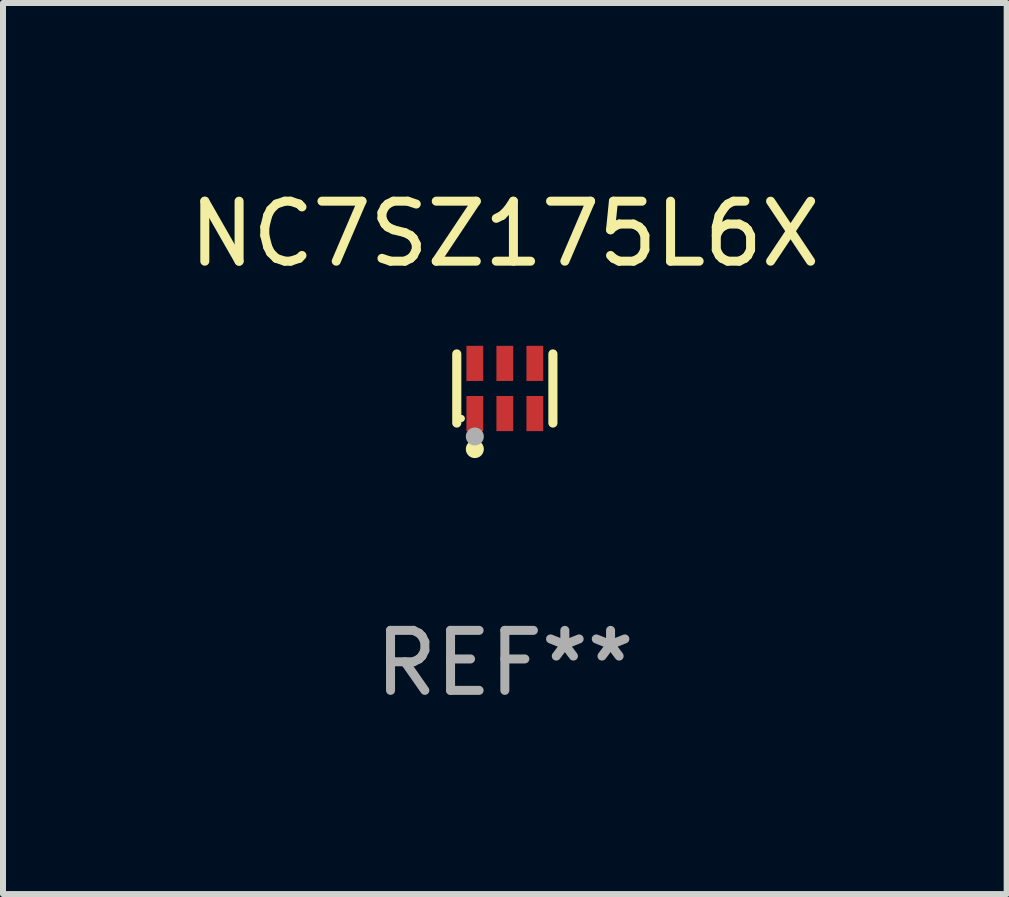
<source format=kicad_pcb>
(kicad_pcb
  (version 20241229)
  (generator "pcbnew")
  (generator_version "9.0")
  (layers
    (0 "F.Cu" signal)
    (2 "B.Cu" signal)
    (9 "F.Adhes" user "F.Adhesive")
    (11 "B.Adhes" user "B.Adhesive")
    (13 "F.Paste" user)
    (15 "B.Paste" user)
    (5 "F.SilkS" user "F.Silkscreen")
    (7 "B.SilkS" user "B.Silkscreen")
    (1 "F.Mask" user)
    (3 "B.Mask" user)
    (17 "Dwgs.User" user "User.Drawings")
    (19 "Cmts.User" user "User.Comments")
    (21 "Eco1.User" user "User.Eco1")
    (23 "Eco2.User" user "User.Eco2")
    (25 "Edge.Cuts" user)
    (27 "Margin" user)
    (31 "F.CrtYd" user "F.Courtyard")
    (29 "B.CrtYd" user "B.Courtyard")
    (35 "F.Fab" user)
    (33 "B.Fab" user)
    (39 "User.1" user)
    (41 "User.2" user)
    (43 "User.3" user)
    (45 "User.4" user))
  (footprint "NC7SZ175L6X"
    (layer "F.Cu")
    (at 5.363 3.424)
    (property "Reference" "NC7SZ175L6X" (at 0 -2.576 0) (layer "F.SilkS") (effects (font (size 1 1) (thickness 0.15))))
    (attr through_hole)
    (fp_line (start -0.801 0.576) (end -0.801 -0.576) (stroke (width 0.152) (type solid)) (layer "F.SilkS"))
    (fp_line (start 0.801 0.576) (end 0.801 -0.576) (stroke (width 0.152) (type solid)) (layer "F.SilkS"))
    (fp_circle (center -0.725 0.5) (end -0.695 0.5) (stroke (width 0.06) (type solid)) (fill no) (layer "F.SilkS"))
    (fp_circle (center -0.5 1.01) (end -0.425 1.01) (stroke (width 0.15) (type solid)) (fill no) (layer "F.SilkS"))
    (fp_circle (center -0.5 0.8) (end -0.425 0.8) (stroke (width 0.15) (type solid)) (fill no) (layer "F.Fab"))
    (fp_text user "REF**" (at 0 4.576 0) (layer "F.Fab") (effects (font (size 1 1) (thickness 0.15))))
    (pad "1" smd rect (at -0.5 0.418) (size 0.28 0.585) (layers "F.Cu" "F.Mask" "F.Paste"))
    (pad "2" smd rect (at 0 0.418) (size 0.28 0.585) (layers "F.Cu" "F.Mask" "F.Paste"))
    (pad "3" smd rect (at 0.5 0.418) (size 0.28 0.585) (layers "F.Cu" "F.Mask" "F.Paste"))
    (pad "4" smd rect (at 0.5 -0.418) (size 0.28 0.585) (layers "F.Cu" "F.Mask" "F.Paste"))
    (pad "5" smd rect (at 0 -0.418) (size 0.28 0.585) (layers "F.Cu" "F.Mask" "F.Paste"))
    (pad "6" smd rect (at -0.5 -0.418) (size 0.28 0.585) (layers "F.Cu" "F.Mask" "F.Paste")))
  (gr_rect
    (start -3 -3)
    (end 13.726 11.849)
    (stroke (width 0.1) (type default))
    (fill no)
    (layer "Edge.Cuts")))
</source>
